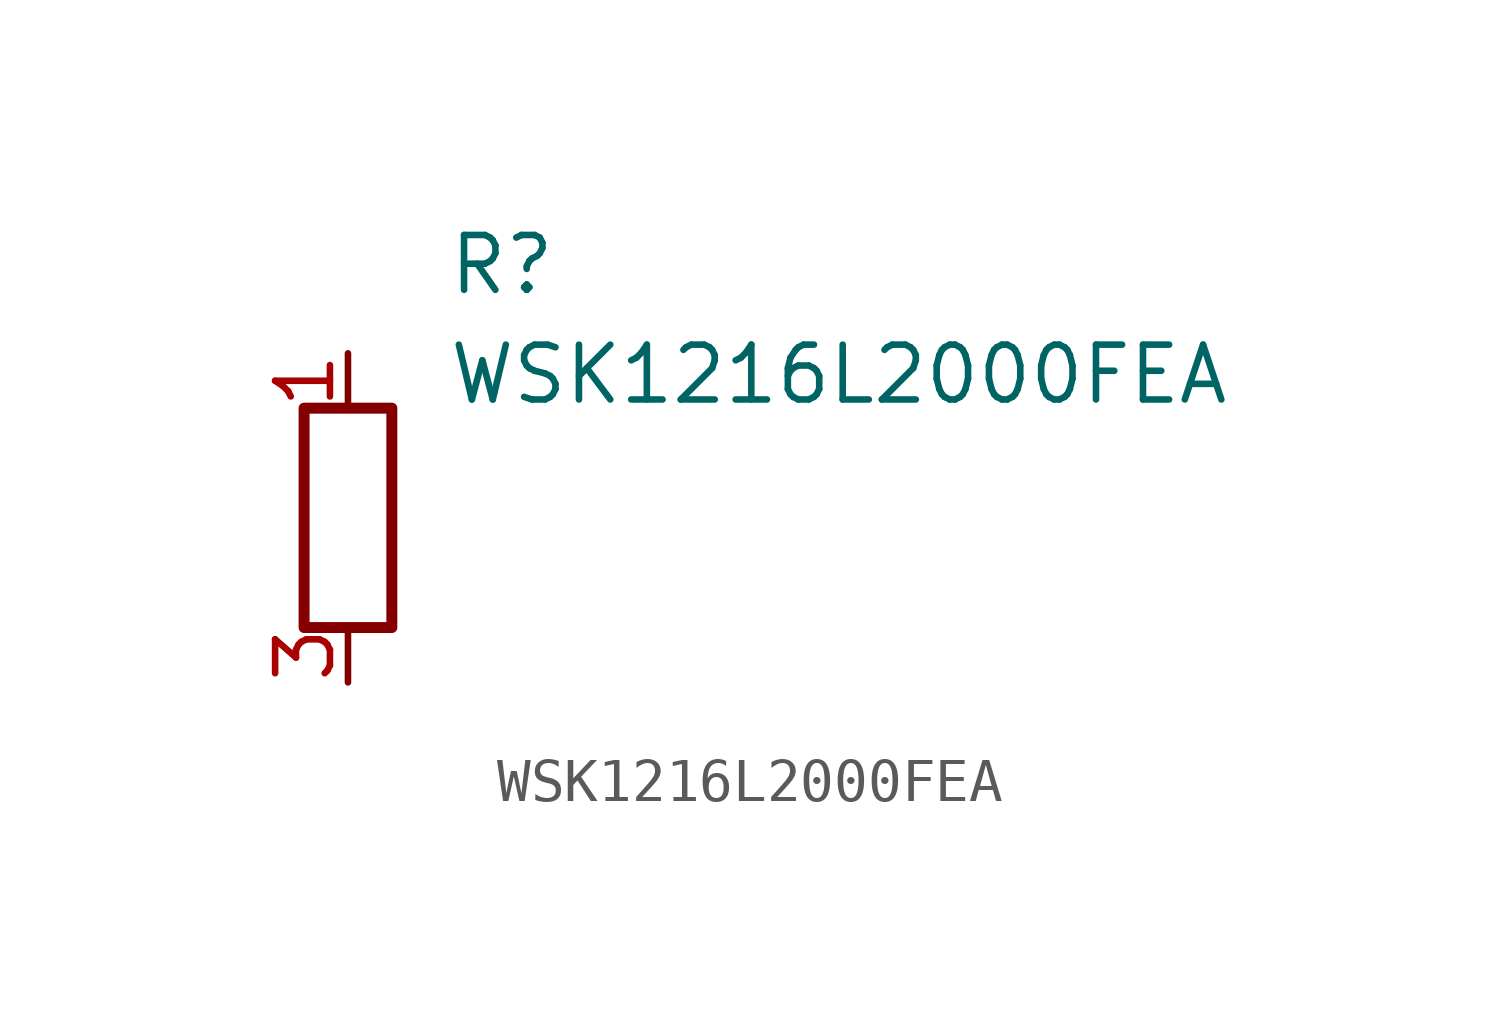
<source format=kicad_sym>
(kicad_symbol_lib
  (version 20241209)
  (generator "kicad_symbol_editor")
  (generator_version "9.0")
  (symbol "WSK1216L2000FEA"
    (property "Reference" "R"
      (at 2.286 7.874 0)
      (effects (font (size 1.27 1.27)) (justify left top)))
    (property "Value" "WSK1216L2000FEA"
      (at 2.286 5.334 0)
      (effects (font (size 1.27 1.27)) (justify left top)))
    (symbol "WSK1216L2000FEA_0_1"
      (rectangle (start -1.016 -1.27) (end 1.016 3.81) (stroke (width 0.254) (type default)) (fill (type none))))
    (symbol "WSK1216L2000FEA_1_1"
      (pin passive line (at 0 5.08 270) (length 1.27) (name "~" (effects (font (size 1.27 1.27)))) (number "1" (effects (font (size 1.27 1.27)))))
      (pin passive line (at 0 5.08 270) (length 1.27) (hide yes) (name "~" (effects (font (size 1.27 1.27)))) (number "2" (effects (font (size 1.27 1.27)))))
      (pin passive line (at 0 -2.54 90) (length 1.27) (name "~" (effects (font (size 1.27 1.27)))) (number "3" (effects (font (size 1.27 1.27)))))
      (pin passive line (at 0 -2.54 90) (length 1.27) (hide yes) (name "~" (effects (font (size 1.27 1.27)))) (number "4" (effects (font (size 1.27 1.27))))))))
</source>
